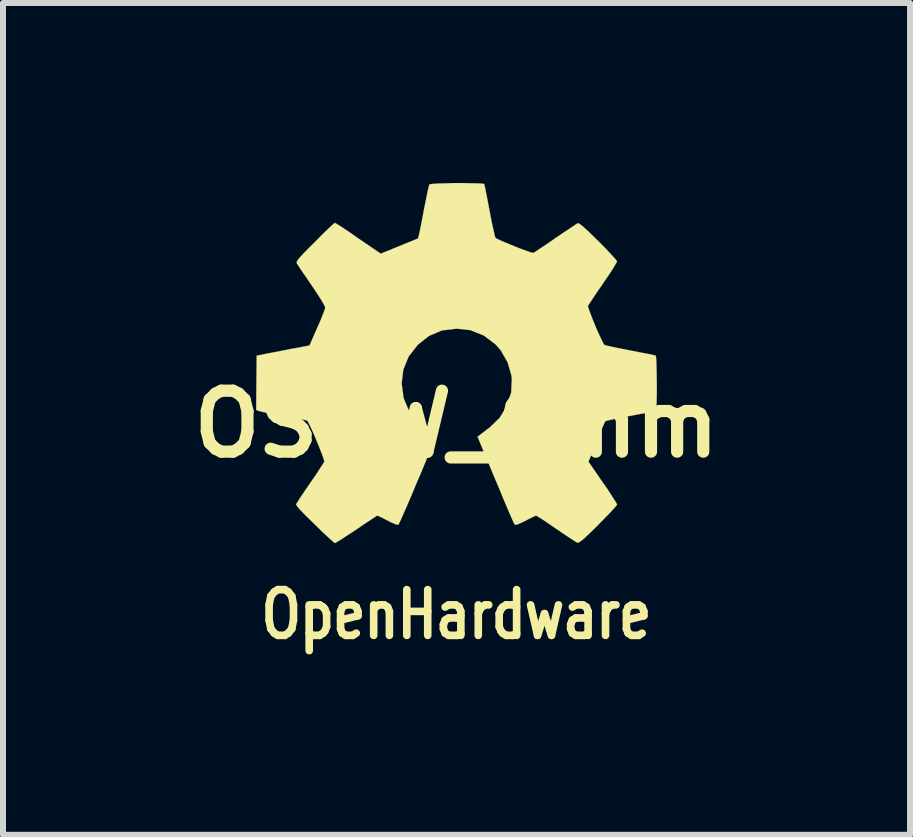
<source format=kicad_pcb>
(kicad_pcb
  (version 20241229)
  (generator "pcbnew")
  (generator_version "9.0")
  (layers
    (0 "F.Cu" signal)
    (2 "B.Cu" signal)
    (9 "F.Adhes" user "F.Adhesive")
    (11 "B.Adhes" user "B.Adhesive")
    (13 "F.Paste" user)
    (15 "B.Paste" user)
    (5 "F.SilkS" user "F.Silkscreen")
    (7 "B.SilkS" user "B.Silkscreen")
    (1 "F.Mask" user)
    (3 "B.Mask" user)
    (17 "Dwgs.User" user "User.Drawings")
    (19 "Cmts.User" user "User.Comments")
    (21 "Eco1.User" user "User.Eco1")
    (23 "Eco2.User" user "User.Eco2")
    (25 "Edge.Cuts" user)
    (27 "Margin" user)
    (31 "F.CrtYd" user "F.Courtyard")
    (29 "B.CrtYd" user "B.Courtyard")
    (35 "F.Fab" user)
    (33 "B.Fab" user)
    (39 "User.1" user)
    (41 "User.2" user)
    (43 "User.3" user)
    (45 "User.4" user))
  (footprint "OSHW_6mm"
    (layer "F.Cu")
    (at 4.557 3.001)
    (property "Reference" "OSHW_6mm" (at 0 1.016 0) (layer "F.SilkS") (effects (font (size 1.016 1.016) (thickness 0.203))))
    (attr through_hole)
    (fp_poly (pts (xy -2.024 3) (xy -1.989 2.979) (xy -1.91 2.931) (xy -1.798 2.857) (xy -1.666 2.771) (xy -1.534 2.68) (xy -1.425 2.609) (xy -1.349 2.558) (xy -1.318 2.54) (xy -1.3 2.548) (xy -1.237 2.578) (xy -1.148 2.624) (xy -1.095 2.652) (xy -1.011 2.687) (xy -0.968 2.695) (xy -0.963 2.685) (xy -0.932 2.621) (xy -0.884 2.512) (xy -0.82 2.367) (xy -0.747 2.197) (xy -0.671 2.014) (xy -0.592 1.829) (xy -0.518 1.651) (xy -0.455 1.491) (xy -0.401 1.359) (xy -0.366 1.27) (xy -0.353 1.232) (xy -0.358 1.222) (xy -0.399 1.181) (xy -0.472 1.128) (xy -0.63 0.998) (xy -0.787 0.805) (xy -0.881 0.584) (xy -0.914 0.338) (xy -0.886 0.109) (xy -0.798 -0.109) (xy -0.645 -0.305) (xy -0.46 -0.452) (xy -0.244 -0.544) (xy 0 -0.574) (xy 0.231 -0.549) (xy 0.455 -0.46) (xy 0.653 -0.31) (xy 0.737 -0.213) (xy 0.851 -0.015) (xy 0.914 0.198) (xy 0.922 0.254) (xy 0.912 0.488) (xy 0.843 0.711) (xy 0.719 0.912) (xy 0.549 1.077) (xy 0.526 1.092) (xy 0.447 1.153) (xy 0.394 1.194) (xy 0.351 1.227) (xy 0.65 1.946) (xy 0.699 2.06) (xy 0.78 2.258) (xy 0.851 2.426) (xy 0.909 2.56) (xy 0.95 2.652) (xy 0.968 2.687) (xy 0.968 2.69) (xy 0.996 2.695) (xy 1.049 2.675) (xy 1.151 2.626) (xy 1.217 2.591) (xy 1.293 2.555) (xy 1.328 2.54) (xy 1.356 2.558) (xy 1.43 2.603) (xy 1.537 2.675) (xy 1.666 2.764) (xy 1.788 2.847) (xy 1.9 2.921) (xy 1.981 2.974) (xy 2.022 2.995) (xy 2.027 2.995) (xy 2.062 2.974) (xy 2.129 2.921) (xy 2.225 2.83) (xy 2.365 2.692) (xy 2.385 2.67) (xy 2.499 2.555) (xy 2.591 2.459) (xy 2.654 2.388) (xy 2.677 2.357) (xy 2.657 2.319) (xy 2.603 2.235) (xy 2.53 2.121) (xy 2.438 1.989) (xy 2.2 1.643) (xy 2.332 1.316) (xy 2.372 1.217) (xy 2.423 1.095) (xy 2.461 1.008) (xy 2.479 0.97) (xy 2.515 0.958) (xy 2.603 0.937) (xy 2.733 0.909) (xy 2.888 0.881) (xy 3.035 0.853) (xy 3.167 0.828) (xy 3.264 0.81) (xy 3.307 0.803) (xy 3.317 0.795) (xy 3.327 0.775) (xy 3.332 0.729) (xy 3.335 0.648) (xy 3.338 0.521) (xy 3.338 0.338) (xy 3.338 0.318) (xy 3.335 0.142) (xy 3.332 0.003) (xy 3.327 -0.089) (xy 3.322 -0.124) (xy 3.279 -0.135) (xy 3.185 -0.155) (xy 3.053 -0.18) (xy 2.896 -0.211) (xy 2.885 -0.213) (xy 2.728 -0.244) (xy 2.593 -0.272) (xy 2.502 -0.292) (xy 2.464 -0.305) (xy 2.454 -0.315) (xy 2.423 -0.378) (xy 2.377 -0.475) (xy 2.324 -0.594) (xy 2.273 -0.719) (xy 2.23 -0.831) (xy 2.2 -0.914) (xy 2.189 -0.953) (xy 2.215 -0.991) (xy 2.268 -1.072) (xy 2.344 -1.186) (xy 2.438 -1.321) (xy 2.443 -1.331) (xy 2.535 -1.463) (xy 2.609 -1.577) (xy 2.657 -1.659) (xy 2.677 -1.694) (xy 2.675 -1.697) (xy 2.647 -1.735) (xy 2.578 -1.811) (xy 2.482 -1.913) (xy 2.365 -2.032) (xy 2.327 -2.068) (xy 2.197 -2.195) (xy 2.106 -2.278) (xy 2.05 -2.322) (xy 2.024 -2.332) (xy 2.022 -2.332) (xy 1.981 -2.306) (xy 1.897 -2.25) (xy 1.783 -2.174) (xy 1.648 -2.083) (xy 1.638 -2.075) (xy 1.506 -1.984) (xy 1.394 -1.91) (xy 1.316 -1.857) (xy 1.28 -1.836) (xy 1.275 -1.836) (xy 1.219 -1.852) (xy 1.125 -1.885) (xy 1.008 -1.93) (xy 0.884 -1.981) (xy 0.772 -2.027) (xy 0.688 -2.065) (xy 0.65 -2.088) (xy 0.648 -2.09) (xy 0.635 -2.139) (xy 0.612 -2.238) (xy 0.582 -2.375) (xy 0.551 -2.54) (xy 0.546 -2.565) (xy 0.516 -2.725) (xy 0.49 -2.855) (xy 0.472 -2.946) (xy 0.462 -2.985) (xy 0.439 -2.99) (xy 0.363 -2.995) (xy 0.244 -2.997) (xy 0.102 -3) (xy -0.051 -3) (xy -0.198 -2.995) (xy -0.323 -2.992) (xy -0.414 -2.985) (xy -0.452 -2.977) (xy -0.452 -2.974) (xy -0.467 -2.926) (xy -0.488 -2.827) (xy -0.516 -2.687) (xy -0.549 -2.525) (xy -0.554 -2.494) (xy -0.584 -2.337) (xy -0.61 -2.207) (xy -0.63 -2.116) (xy -0.64 -2.08) (xy -0.653 -2.073) (xy -0.719 -2.045) (xy -0.826 -2.002) (xy -0.958 -1.948) (xy -1.262 -1.824) (xy -1.638 -2.08) (xy -1.671 -2.103) (xy -1.806 -2.197) (xy -1.918 -2.271) (xy -1.994 -2.319) (xy -2.027 -2.337) (xy -2.029 -2.337) (xy -2.068 -2.304) (xy -2.141 -2.235) (xy -2.243 -2.136) (xy -2.36 -2.017) (xy -2.449 -1.93) (xy -2.55 -1.826) (xy -2.616 -1.755) (xy -2.652 -1.709) (xy -2.664 -1.681) (xy -2.662 -1.664) (xy -2.637 -1.626) (xy -2.583 -1.542) (xy -2.504 -1.43) (xy -2.413 -1.295) (xy -2.339 -1.186) (xy -2.258 -1.059) (xy -2.205 -0.97) (xy -2.187 -0.927) (xy -2.192 -0.907) (xy -2.217 -0.836) (xy -2.261 -0.724) (xy -2.319 -0.592) (xy -2.449 -0.295) (xy -2.642 -0.257) (xy -2.761 -0.236) (xy -2.926 -0.203) (xy -3.084 -0.173) (xy -3.33 -0.124) (xy -3.338 0.78) (xy -3.299 0.795) (xy -3.264 0.805) (xy -3.172 0.826) (xy -3.043 0.851) (xy -2.888 0.879) (xy -2.758 0.904) (xy -2.626 0.93) (xy -2.53 0.947) (xy -2.489 0.958) (xy -2.479 0.97) (xy -2.446 1.034) (xy -2.398 1.135) (xy -2.347 1.257) (xy -2.294 1.384) (xy -2.248 1.501) (xy -2.215 1.59) (xy -2.202 1.638) (xy -2.22 1.671) (xy -2.271 1.75) (xy -2.342 1.859) (xy -2.433 1.991) (xy -2.522 2.121) (xy -2.598 2.235) (xy -2.649 2.314) (xy -2.672 2.352) (xy -2.662 2.377) (xy -2.609 2.441) (xy -2.51 2.543) (xy -2.362 2.687) (xy -2.339 2.71) (xy -2.223 2.824) (xy -2.123 2.916) (xy -2.055 2.977) (xy -2.024 3)) (stroke (width 0.003) (type solid)) (fill yes) (layer "F.SilkS"))
    (fp_text user "OpenHardware" (at 0 4.191 0) (layer "F.SilkS") (effects (font (size 0.762 0.61) (thickness 0.127)))))
  (gr_rect
    (start -3 -3)
    (end 12.115 10.861)
    (stroke (width 0.1) (type default))
    (fill no)
    (layer "Edge.Cuts")))
</source>
